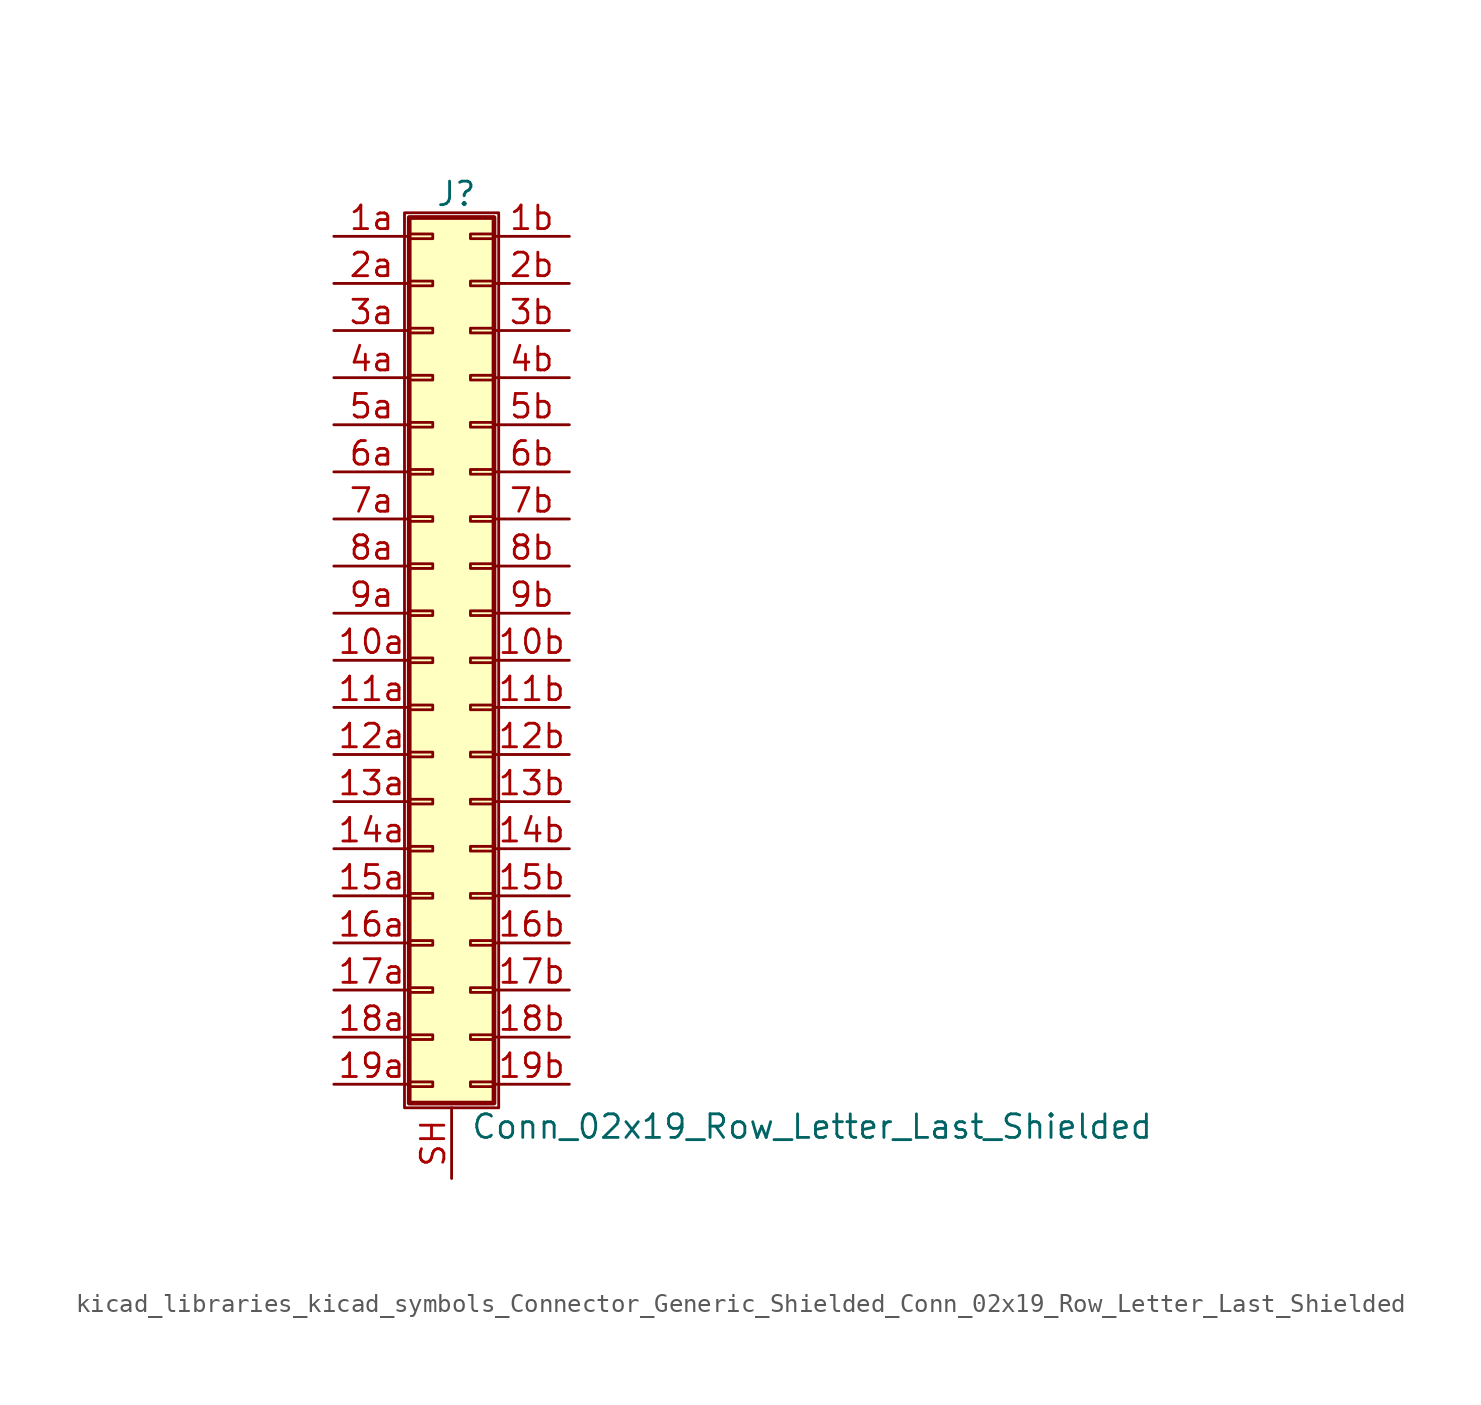
<source format=kicad_sym>
(kicad_symbol_lib
  (version 20220914)
  (generator kicad_symbol_editor)
  (symbol "kicad_libraries_kicad_symbols_Connector_Generic_Shielded_Conn_02x19_Row_Letter_Last_Shielded"
    (pin_names
      (offset 1.016) hide)
    (property "Reference" "J"
      (at 1.524 25.146 0)
      (effects (font (size 1.27 1.27))))
    (property "Value" "Conn_02x19_Row_Letter_Last_Shielded"
      (at 2.286 -25.146 0)
      (effects (font (size 1.27 1.27)) (justify left)))
    (symbol "kicad_libraries_kicad_symbols_Connector_Generic_Shielded_Conn_02x19_Row_Letter_Last_Shielded_1_1"
      (rectangle (start -1.27 24.13) (end 3.81 -24.13) (stroke (width 0.152) (type default)) (fill (type none)))
      (rectangle (start -1.016 -22.733) (end 0.254 -22.987) (stroke (width 0.152) (type default)) (fill (type none)))
      (rectangle (start -1.016 -20.193) (end 0.254 -20.447) (stroke (width 0.152) (type default)) (fill (type none)))
      (rectangle (start -1.016 -17.653) (end 0.254 -17.907) (stroke (width 0.152) (type default)) (fill (type none)))
      (rectangle (start -1.016 -15.113) (end 0.254 -15.367) (stroke (width 0.152) (type default)) (fill (type none)))
      (rectangle (start -1.016 -12.573) (end 0.254 -12.827) (stroke (width 0.152) (type default)) (fill (type none)))
      (rectangle (start -1.016 -10.033) (end 0.254 -10.287) (stroke (width 0.152) (type default)) (fill (type none)))
      (rectangle (start -1.016 -7.493) (end 0.254 -7.747) (stroke (width 0.152) (type default)) (fill (type none)))
      (rectangle (start -1.016 -4.953) (end 0.254 -5.207) (stroke (width 0.152) (type default)) (fill (type none)))
      (rectangle (start -1.016 -2.413) (end 0.254 -2.667) (stroke (width 0.152) (type default)) (fill (type none)))
      (rectangle (start -1.016 0.127) (end 0.254 -0.127) (stroke (width 0.152) (type default)) (fill (type none)))
      (rectangle (start -1.016 2.667) (end 0.254 2.413) (stroke (width 0.152) (type default)) (fill (type none)))
      (rectangle (start -1.016 5.207) (end 0.254 4.953) (stroke (width 0.152) (type default)) (fill (type none)))
      (rectangle (start -1.016 7.747) (end 0.254 7.493) (stroke (width 0.152) (type default)) (fill (type none)))
      (rectangle (start -1.016 10.287) (end 0.254 10.033) (stroke (width 0.152) (type default)) (fill (type none)))
      (rectangle (start -1.016 12.827) (end 0.254 12.573) (stroke (width 0.152) (type default)) (fill (type none)))
      (rectangle (start -1.016 15.367) (end 0.254 15.113) (stroke (width 0.152) (type default)) (fill (type none)))
      (rectangle (start -1.016 17.907) (end 0.254 17.653) (stroke (width 0.152) (type default)) (fill (type none)))
      (rectangle (start -1.016 20.447) (end 0.254 20.193) (stroke (width 0.152) (type default)) (fill (type none)))
      (rectangle (start -1.016 22.987) (end 0.254 22.733) (stroke (width 0.152) (type default)) (fill (type none)))
      (rectangle (start -1.016 23.876) (end 3.556 -23.876) (stroke (width 0.254) (type default)) (fill (type background)))
      (rectangle (start 3.556 -22.733) (end 2.286 -22.987) (stroke (width 0.152) (type default)) (fill (type none)))
      (rectangle (start 3.556 -20.193) (end 2.286 -20.447) (stroke (width 0.152) (type default)) (fill (type none)))
      (rectangle (start 3.556 -17.653) (end 2.286 -17.907) (stroke (width 0.152) (type default)) (fill (type none)))
      (rectangle (start 3.556 -15.113) (end 2.286 -15.367) (stroke (width 0.152) (type default)) (fill (type none)))
      (rectangle (start 3.556 -12.573) (end 2.286 -12.827) (stroke (width 0.152) (type default)) (fill (type none)))
      (rectangle (start 3.556 -10.033) (end 2.286 -10.287) (stroke (width 0.152) (type default)) (fill (type none)))
      (rectangle (start 3.556 -7.493) (end 2.286 -7.747) (stroke (width 0.152) (type default)) (fill (type none)))
      (rectangle (start 3.556 -4.953) (end 2.286 -5.207) (stroke (width 0.152) (type default)) (fill (type none)))
      (rectangle (start 3.556 -2.413) (end 2.286 -2.667) (stroke (width 0.152) (type default)) (fill (type none)))
      (rectangle (start 3.556 0.127) (end 2.286 -0.127) (stroke (width 0.152) (type default)) (fill (type none)))
      (rectangle (start 3.556 2.667) (end 2.286 2.413) (stroke (width 0.152) (type default)) (fill (type none)))
      (rectangle (start 3.556 5.207) (end 2.286 4.953) (stroke (width 0.152) (type default)) (fill (type none)))
      (rectangle (start 3.556 7.747) (end 2.286 7.493) (stroke (width 0.152) (type default)) (fill (type none)))
      (rectangle (start 3.556 10.287) (end 2.286 10.033) (stroke (width 0.152) (type default)) (fill (type none)))
      (rectangle (start 3.556 12.827) (end 2.286 12.573) (stroke (width 0.152) (type default)) (fill (type none)))
      (rectangle (start 3.556 15.367) (end 2.286 15.113) (stroke (width 0.152) (type default)) (fill (type none)))
      (rectangle (start 3.556 17.907) (end 2.286 17.653) (stroke (width 0.152) (type default)) (fill (type none)))
      (rectangle (start 3.556 20.447) (end 2.286 20.193) (stroke (width 0.152) (type default)) (fill (type none)))
      (rectangle (start 3.556 22.987) (end 2.286 22.733) (stroke (width 0.152) (type default)) (fill (type none)))
      (pin passive line (at -5.08 0 0) (length 4.064) (name "Pin_10a" (effects (font (size 1.27 1.27)))) (number "10a" (effects (font (size 1.27 1.27)))))
      (pin passive line (at 7.62 0 180) (length 4.064) (name "Pin_10b" (effects (font (size 1.27 1.27)))) (number "10b" (effects (font (size 1.27 1.27)))))
      (pin passive line (at -5.08 -2.54 0) (length 4.064) (name "Pin_11a" (effects (font (size 1.27 1.27)))) (number "11a" (effects (font (size 1.27 1.27)))))
      (pin passive line (at 7.62 -2.54 180) (length 4.064) (name "Pin_11b" (effects (font (size 1.27 1.27)))) (number "11b" (effects (font (size 1.27 1.27)))))
      (pin passive line (at -5.08 -5.08 0) (length 4.064) (name "Pin_12a" (effects (font (size 1.27 1.27)))) (number "12a" (effects (font (size 1.27 1.27)))))
      (pin passive line (at 7.62 -5.08 180) (length 4.064) (name "Pin_12b" (effects (font (size 1.27 1.27)))) (number "12b" (effects (font (size 1.27 1.27)))))
      (pin passive line (at -5.08 -7.62 0) (length 4.064) (name "Pin_13a" (effects (font (size 1.27 1.27)))) (number "13a" (effects (font (size 1.27 1.27)))))
      (pin passive line (at 7.62 -7.62 180) (length 4.064) (name "Pin_13b" (effects (font (size 1.27 1.27)))) (number "13b" (effects (font (size 1.27 1.27)))))
      (pin passive line (at -5.08 -10.16 0) (length 4.064) (name "Pin_14a" (effects (font (size 1.27 1.27)))) (number "14a" (effects (font (size 1.27 1.27)))))
      (pin passive line (at 7.62 -10.16 180) (length 4.064) (name "Pin_14b" (effects (font (size 1.27 1.27)))) (number "14b" (effects (font (size 1.27 1.27)))))
      (pin passive line (at -5.08 -12.7 0) (length 4.064) (name "Pin_15a" (effects (font (size 1.27 1.27)))) (number "15a" (effects (font (size 1.27 1.27)))))
      (pin passive line (at 7.62 -12.7 180) (length 4.064) (name "Pin_15b" (effects (font (size 1.27 1.27)))) (number "15b" (effects (font (size 1.27 1.27)))))
      (pin passive line (at -5.08 -15.24 0) (length 4.064) (name "Pin_16a" (effects (font (size 1.27 1.27)))) (number "16a" (effects (font (size 1.27 1.27)))))
      (pin passive line (at 7.62 -15.24 180) (length 4.064) (name "Pin_16b" (effects (font (size 1.27 1.27)))) (number "16b" (effects (font (size 1.27 1.27)))))
      (pin passive line (at -5.08 -17.78 0) (length 4.064) (name "Pin_17a" (effects (font (size 1.27 1.27)))) (number "17a" (effects (font (size 1.27 1.27)))))
      (pin passive line (at 7.62 -17.78 180) (length 4.064) (name "Pin_17b" (effects (font (size 1.27 1.27)))) (number "17b" (effects (font (size 1.27 1.27)))))
      (pin passive line (at -5.08 -20.32 0) (length 4.064) (name "Pin_18a" (effects (font (size 1.27 1.27)))) (number "18a" (effects (font (size 1.27 1.27)))))
      (pin passive line (at 7.62 -20.32 180) (length 4.064) (name "Pin_18b" (effects (font (size 1.27 1.27)))) (number "18b" (effects (font (size 1.27 1.27)))))
      (pin passive line (at -5.08 -22.86 0) (length 4.064) (name "Pin_19a" (effects (font (size 1.27 1.27)))) (number "19a" (effects (font (size 1.27 1.27)))))
      (pin passive line (at 7.62 -22.86 180) (length 4.064) (name "Pin_19b" (effects (font (size 1.27 1.27)))) (number "19b" (effects (font (size 1.27 1.27)))))
      (pin passive line (at -5.08 22.86 0) (length 4.064) (name "Pin_1a" (effects (font (size 1.27 1.27)))) (number "1a" (effects (font (size 1.27 1.27)))))
      (pin passive line (at 7.62 22.86 180) (length 4.064) (name "Pin_1b" (effects (font (size 1.27 1.27)))) (number "1b" (effects (font (size 1.27 1.27)))))
      (pin passive line (at -5.08 20.32 0) (length 4.064) (name "Pin_2a" (effects (font (size 1.27 1.27)))) (number "2a" (effects (font (size 1.27 1.27)))))
      (pin passive line (at 7.62 20.32 180) (length 4.064) (name "Pin_2b" (effects (font (size 1.27 1.27)))) (number "2b" (effects (font (size 1.27 1.27)))))
      (pin passive line (at -5.08 17.78 0) (length 4.064) (name "Pin_3a" (effects (font (size 1.27 1.27)))) (number "3a" (effects (font (size 1.27 1.27)))))
      (pin passive line (at 7.62 17.78 180) (length 4.064) (name "Pin_3b" (effects (font (size 1.27 1.27)))) (number "3b" (effects (font (size 1.27 1.27)))))
      (pin passive line (at -5.08 15.24 0) (length 4.064) (name "Pin_4a" (effects (font (size 1.27 1.27)))) (number "4a" (effects (font (size 1.27 1.27)))))
      (pin passive line (at 7.62 15.24 180) (length 4.064) (name "Pin_4b" (effects (font (size 1.27 1.27)))) (number "4b" (effects (font (size 1.27 1.27)))))
      (pin passive line (at -5.08 12.7 0) (length 4.064) (name "Pin_5a" (effects (font (size 1.27 1.27)))) (number "5a" (effects (font (size 1.27 1.27)))))
      (pin passive line (at 7.62 12.7 180) (length 4.064) (name "Pin_5b" (effects (font (size 1.27 1.27)))) (number "5b" (effects (font (size 1.27 1.27)))))
      (pin passive line (at -5.08 10.16 0) (length 4.064) (name "Pin_6a" (effects (font (size 1.27 1.27)))) (number "6a" (effects (font (size 1.27 1.27)))))
      (pin passive line (at 7.62 10.16 180) (length 4.064) (name "Pin_6b" (effects (font (size 1.27 1.27)))) (number "6b" (effects (font (size 1.27 1.27)))))
      (pin passive line (at -5.08 7.62 0) (length 4.064) (name "Pin_7a" (effects (font (size 1.27 1.27)))) (number "7a" (effects (font (size 1.27 1.27)))))
      (pin passive line (at 7.62 7.62 180) (length 4.064) (name "Pin_7b" (effects (font (size 1.27 1.27)))) (number "7b" (effects (font (size 1.27 1.27)))))
      (pin passive line (at -5.08 5.08 0) (length 4.064) (name "Pin_8a" (effects (font (size 1.27 1.27)))) (number "8a" (effects (font (size 1.27 1.27)))))
      (pin passive line (at 7.62 5.08 180) (length 4.064) (name "Pin_8b" (effects (font (size 1.27 1.27)))) (number "8b" (effects (font (size 1.27 1.27)))))
      (pin passive line (at -5.08 2.54 0) (length 4.064) (name "Pin_9a" (effects (font (size 1.27 1.27)))) (number "9a" (effects (font (size 1.27 1.27)))))
      (pin passive line (at 7.62 2.54 180) (length 4.064) (name "Pin_9b" (effects (font (size 1.27 1.27)))) (number "9b" (effects (font (size 1.27 1.27)))))
      (pin passive line (at 1.27 -27.94 90) (length 3.81) (name "Shield" (effects (font (size 1.27 1.27)))) (number "SH" (effects (font (size 1.27 1.27))))))))
</source>
